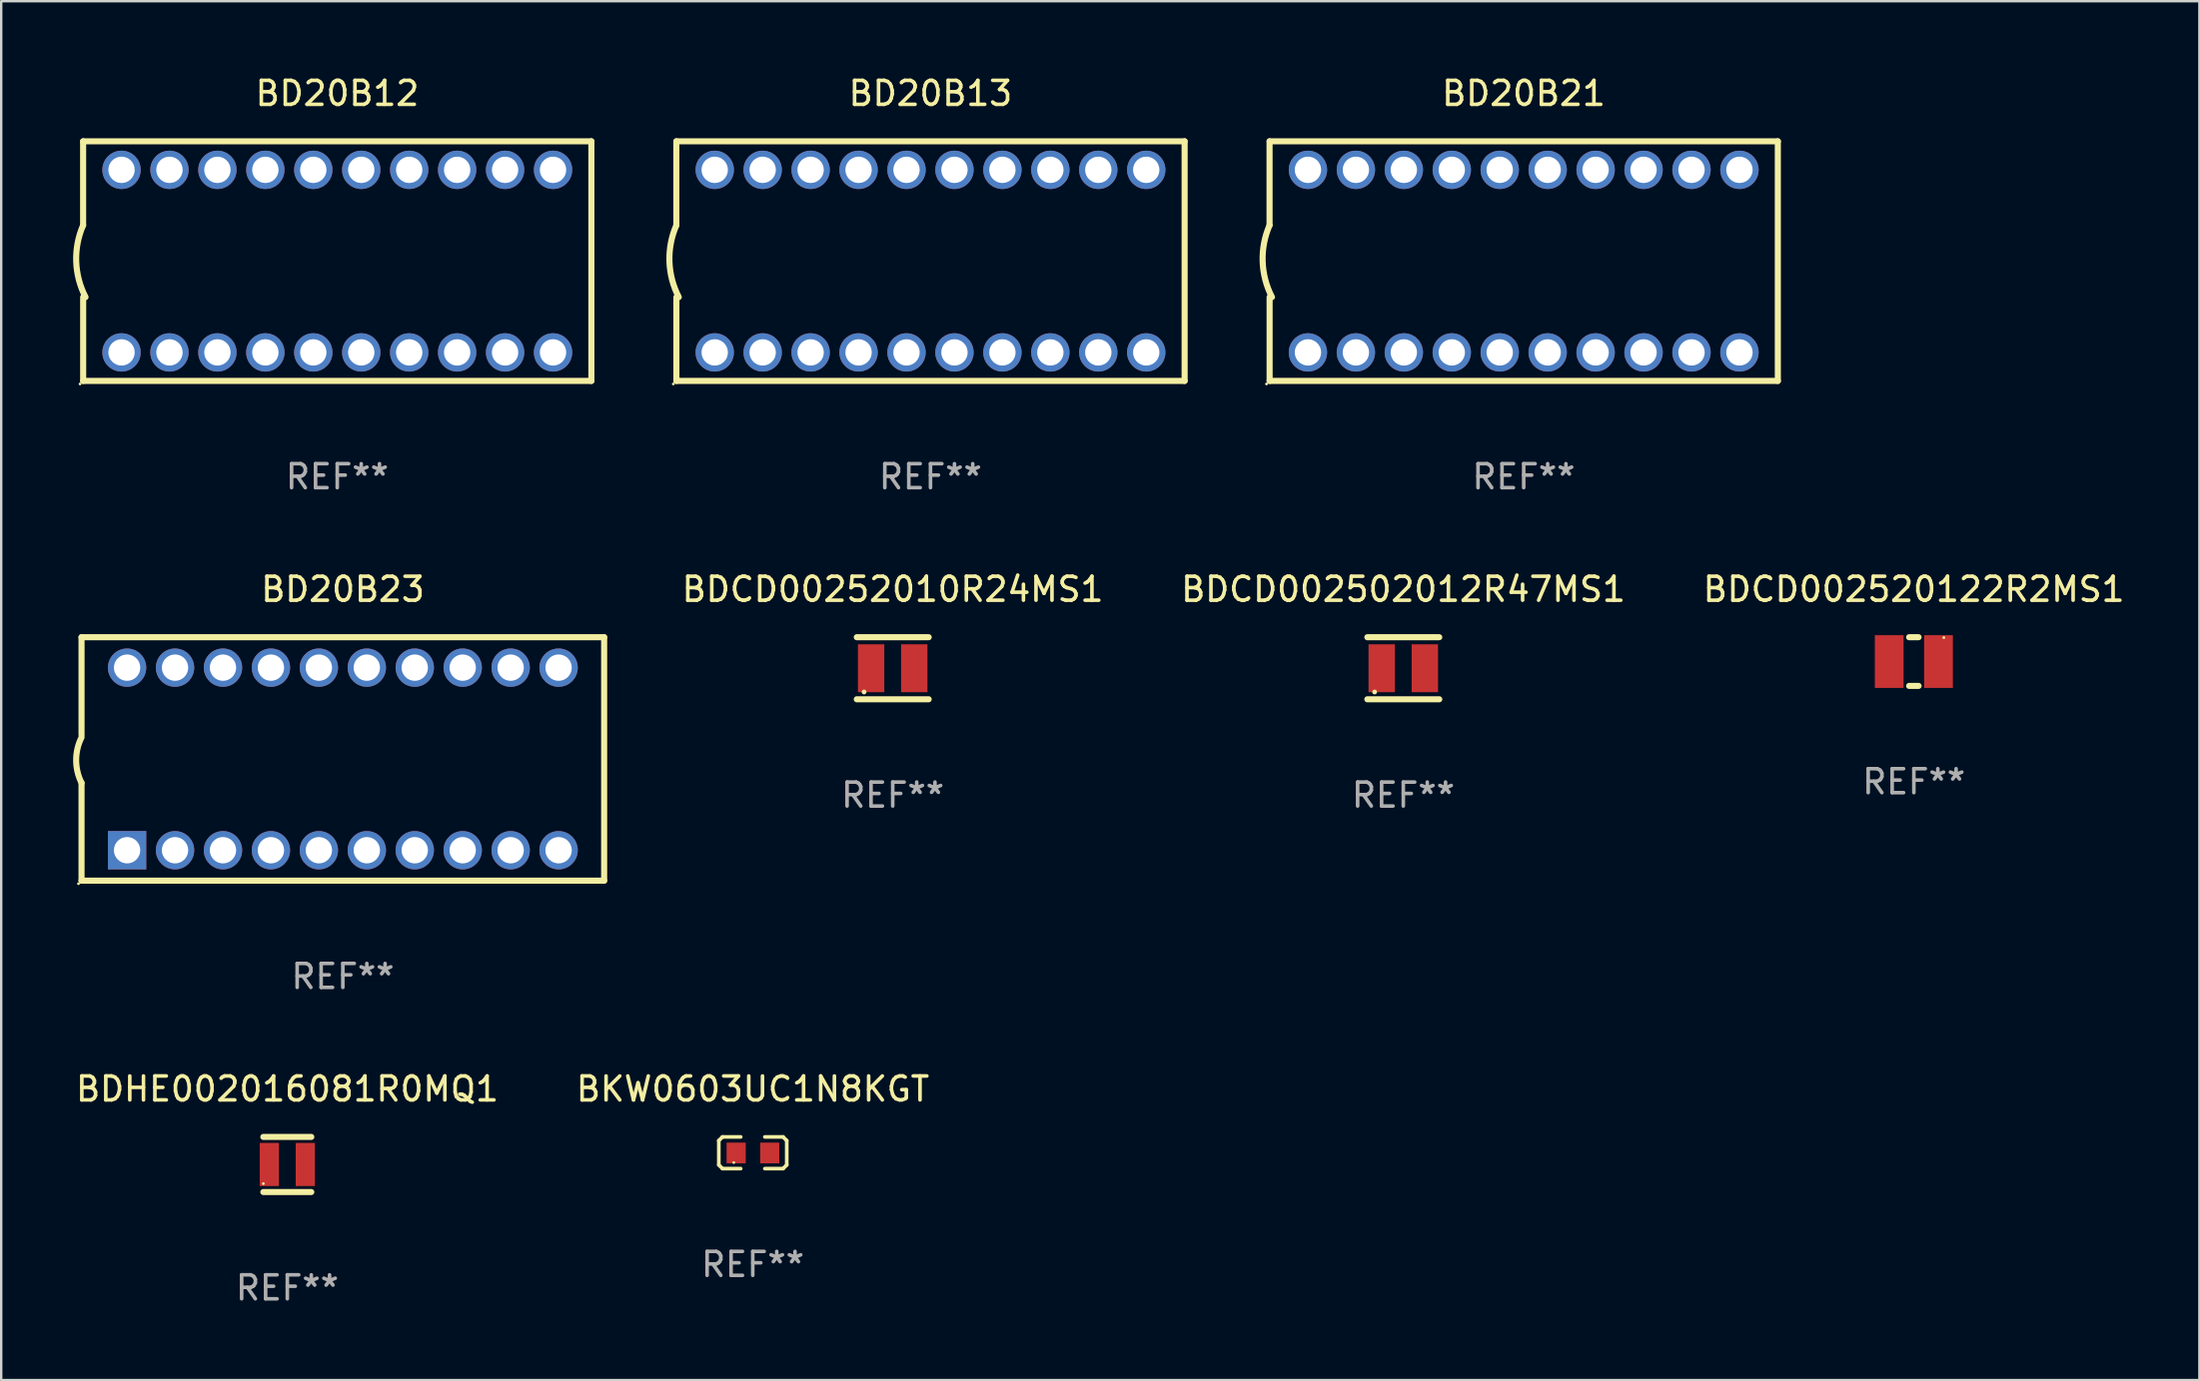
<source format=kicad_pcb>
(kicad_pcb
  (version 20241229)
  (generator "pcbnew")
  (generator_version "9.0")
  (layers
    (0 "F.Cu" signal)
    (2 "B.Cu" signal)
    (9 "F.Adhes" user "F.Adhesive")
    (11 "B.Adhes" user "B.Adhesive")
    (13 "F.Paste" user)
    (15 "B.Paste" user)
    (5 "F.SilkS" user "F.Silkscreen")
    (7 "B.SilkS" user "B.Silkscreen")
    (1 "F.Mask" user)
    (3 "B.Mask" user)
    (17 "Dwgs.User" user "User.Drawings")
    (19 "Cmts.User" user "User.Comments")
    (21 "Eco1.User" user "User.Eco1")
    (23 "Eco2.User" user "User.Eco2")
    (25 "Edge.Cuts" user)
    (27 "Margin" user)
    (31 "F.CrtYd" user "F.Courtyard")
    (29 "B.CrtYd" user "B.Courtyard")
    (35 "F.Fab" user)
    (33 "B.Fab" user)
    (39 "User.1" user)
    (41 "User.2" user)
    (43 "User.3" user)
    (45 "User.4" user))
  (footprint "BD20B21"
    (layer "F.Cu")
    (at 60.509 7.848)
    (property "Reference" "BD20B21" (at 0 -7 0) (layer "F.SilkS") (effects (font (size 1 1) (thickness 0.15))))
    (attr through_hole)
    (fp_line (start -10.601 -1.499) (end -10.601 -5) (stroke (width 0.254) (type solid)) (layer "F.SilkS"))
    (fp_line (start -10.599 5) (end -10.599 1.503) (stroke (width 0.254) (type solid)) (layer "F.SilkS"))
    (fp_line (start -10.599 5) (end 10.601 5) (stroke (width 0.254) (type solid)) (layer "F.SilkS"))
    (fp_line (start 10.601 -5) (end -10.599 -5) (stroke (width 0.254) (type solid)) (layer "F.SilkS"))
    (fp_line (start 10.601 5) (end 10.601 -5) (stroke (width 0.254) (type solid)) (layer "F.SilkS"))
    (fp_arc (start -10.500673 1.502044) (mid -10.888998 0.013322) (end -10.600673 -1.497955) (stroke (width 0.254001) (type solid)) (layer "F.SilkS"))
    (fp_circle (center -10.728 5.127) (end -10.698 5.127) (stroke (width 0.06) (type solid)) (fill no) (layer "F.SilkS"))
    (fp_text user "REF**" (at 0 9 0) (layer "F.Fab") (effects (font (size 1 1) (thickness 0.15))))
    (pad "1" thru_hole circle (at -9 3.81) (size 1.6 1.6) (drill 1.1) (layers "*.Cu" "*.Mask"))
    (pad "2" thru_hole circle (at -7 3.81) (size 1.6 1.6) (drill 1.1) (layers "*.Cu" "*.Mask"))
    (pad "3" thru_hole circle (at -5 3.81) (size 1.6 1.6) (drill 1.1) (layers "*.Cu" "*.Mask"))
    (pad "4" thru_hole circle (at -3 3.81) (size 1.6 1.6) (drill 1.1) (layers "*.Cu" "*.Mask"))
    (pad "5" thru_hole circle (at -1 3.81) (size 1.6 1.6) (drill 1.1) (layers "*.Cu" "*.Mask"))
    (pad "6" thru_hole circle (at 1 3.81) (size 1.6 1.6) (drill 1.1) (layers "*.Cu" "*.Mask"))
    (pad "7" thru_hole circle (at 3 3.81) (size 1.6 1.6) (drill 1.1) (layers "*.Cu" "*.Mask"))
    (pad "8" thru_hole circle (at 5 3.81) (size 1.6 1.6) (drill 1.1) (layers "*.Cu" "*.Mask"))
    (pad "9" thru_hole circle (at 7 3.81) (size 1.6 1.6) (drill 1.1) (layers "*.Cu" "*.Mask"))
    (pad "10" thru_hole circle (at 9 3.81) (size 1.6 1.6) (drill 1.1) (layers "*.Cu" "*.Mask"))
    (pad "11" thru_hole circle (at 9 -3.81) (size 1.6 1.6) (drill 1.1) (layers "*.Cu" "*.Mask"))
    (pad "12" thru_hole circle (at 7 -3.81) (size 1.6 1.6) (drill 1.1) (layers "*.Cu" "*.Mask"))
    (pad "13" thru_hole circle (at 5 -3.81) (size 1.6 1.6) (drill 1.1) (layers "*.Cu" "*.Mask"))
    (pad "14" thru_hole circle (at 3 -3.81) (size 1.6 1.6) (drill 1.1) (layers "*.Cu" "*.Mask"))
    (pad "15" thru_hole circle (at 1 -3.81) (size 1.6 1.6) (drill 1.1) (layers "*.Cu" "*.Mask"))
    (pad "16" thru_hole circle (at -1 -3.81) (size 1.6 1.6) (drill 1.1) (layers "*.Cu" "*.Mask"))
    (pad "17" thru_hole circle (at -3 -3.81) (size 1.6 1.6) (drill 1.1) (layers "*.Cu" "*.Mask"))
    (pad "18" thru_hole circle (at -5 -3.81) (size 1.6 1.6) (drill 1.1) (layers "*.Cu" "*.Mask"))
    (pad "19" thru_hole circle (at -7 -3.81) (size 1.6 1.6) (drill 1.1) (layers "*.Cu" "*.Mask"))
    (pad "20" thru_hole circle (at -9 -3.81) (size 1.6 1.6) (drill 1.1) (layers "*.Cu" "*.Mask")))
  (footprint "BDCD00252010R24MS1"
    (layer "F.Cu")
    (at 34.189 24.84)
    (property "Reference" "BDCD00252010R24MS1" (at 0 -3.295 0) (layer "F.SilkS") (effects (font (size 1 1) (thickness 0.15))))
    (attr through_hole)
    (fp_line (start -1.5 -1.295) (end 1.5 -1.295) (stroke (width 0.254) (type solid)) (layer "F.SilkS"))
    (fp_line (start -1.5 1.295) (end 1.5 1.295) (stroke (width 0.254) (type solid)) (layer "F.SilkS"))
    (fp_circle (center -1.196 0.991) (end -1.146 0.991) (stroke (width 0.1) (type solid)) (fill no) (layer "F.SilkS"))
    (fp_text user "REF**" (at 0 5.295 0) (layer "F.Fab") (effects (font (size 1 1) (thickness 0.15))))
    (pad "1" smd rect (at -0.901 0) (size 1.1 2) (layers "F.Cu" "F.Mask" "F.Paste"))
    (pad "2" smd rect (at 0.898 0) (size 1.1 2) (layers "F.Cu" "F.Mask" "F.Paste")))
  (footprint "BD20B23"
    (layer "F.Cu")
    (at 11.251 28.625)
    (property "Reference" "BD20B23" (at 0 -7.08 0) (layer "F.SilkS") (effects (font (size 1 1) (thickness 0.15))))
    (attr through_hole)
    (fp_line (start -10.9 -1) (end -10.9 -5.08) (stroke (width 0.254) (type solid)) (layer "F.SilkS"))
    (fp_line (start -10.9 5.08) (end 10.9 5.08) (stroke (width 0.254) (type solid)) (layer "F.SilkS"))
    (fp_line (start -10.9 5.08) (end -10.9 1) (stroke (width 0.254) (type solid)) (layer "F.SilkS"))
    (fp_line (start 10.9 -5.08) (end -10.9 -5.08) (stroke (width 0.254) (type solid)) (layer "F.SilkS"))
    (fp_line (start 10.9 5.08) (end 10.9 -5.08) (stroke (width 0.254) (type solid)) (layer "F.SilkS"))
    (fp_arc (start -10.899937 1.000279) (mid -11.124256 0.050161) (end -10.900013 -0.899975) (stroke (width 0.254001) (type solid)) (layer "F.SilkS"))
    (fp_circle (center -11.027 5.207) (end -10.997 5.207) (stroke (width 0.06) (type solid)) (fill no) (layer "F.SilkS"))
    (fp_text user "REF**" (at 0 9.08 0) (layer "F.Fab") (effects (font (size 1 1) (thickness 0.15))))
    (pad "1" thru_hole rect (at -9 3.81 90) (size 1.6 1.6) (drill 1.1) (layers "*.Cu" "*.Mask"))
    (pad "2" thru_hole circle (at -7 3.81) (size 1.6 1.6) (drill 1.1) (layers "*.Cu" "*.Mask"))
    (pad "3" thru_hole circle (at -5 3.81) (size 1.6 1.6) (drill 1.1) (layers "*.Cu" "*.Mask"))
    (pad "4" thru_hole circle (at -3 3.81) (size 1.6 1.6) (drill 1.1) (layers "*.Cu" "*.Mask"))
    (pad "5" thru_hole circle (at -1 3.81) (size 1.6 1.6) (drill 1.1) (layers "*.Cu" "*.Mask"))
    (pad "6" thru_hole circle (at 1 3.81) (size 1.6 1.6) (drill 1.1) (layers "*.Cu" "*.Mask"))
    (pad "7" thru_hole circle (at 3 3.81) (size 1.6 1.6) (drill 1.1) (layers "*.Cu" "*.Mask"))
    (pad "8" thru_hole circle (at 5 3.81) (size 1.6 1.6) (drill 1.1) (layers "*.Cu" "*.Mask"))
    (pad "9" thru_hole circle (at 7 3.81) (size 1.6 1.6) (drill 1.1) (layers "*.Cu" "*.Mask"))
    (pad "10" thru_hole circle (at 9 3.81) (size 1.6 1.6) (drill 1.1) (layers "*.Cu" "*.Mask"))
    (pad "11" thru_hole circle (at 9 -3.81) (size 1.6 1.6) (drill 1.1) (layers "*.Cu" "*.Mask"))
    (pad "12" thru_hole circle (at 7 -3.81) (size 1.6 1.6) (drill 1.1) (layers "*.Cu" "*.Mask"))
    (pad "13" thru_hole circle (at 5 -3.81) (size 1.6 1.6) (drill 1.1) (layers "*.Cu" "*.Mask"))
    (pad "14" thru_hole circle (at 3 -3.81) (size 1.6 1.6) (drill 1.1) (layers "*.Cu" "*.Mask"))
    (pad "15" thru_hole circle (at 1 -3.81) (size 1.6 1.6) (drill 1.1) (layers "*.Cu" "*.Mask"))
    (pad "16" thru_hole circle (at -1 -3.81) (size 1.6 1.6) (drill 1.1) (layers "*.Cu" "*.Mask"))
    (pad "17" thru_hole circle (at -3 -3.81) (size 1.6 1.6) (drill 1.1) (layers "*.Cu" "*.Mask"))
    (pad "18" thru_hole circle (at -5 -3.81) (size 1.6 1.6) (drill 1.1) (layers "*.Cu" "*.Mask"))
    (pad "19" thru_hole circle (at -7 -3.81) (size 1.6 1.6) (drill 1.1) (layers "*.Cu" "*.Mask"))
    (pad "20" thru_hole circle (at -9 -3.81) (size 1.6 1.6) (drill 1.1) (layers "*.Cu" "*.Mask")))
  (footprint "BDHE002016081R0MQ1"
    (layer "F.Cu")
    (at 8.935 45.551)
    (property "Reference" "BDHE002016081R0MQ1" (at 0 -3.15 0) (layer "F.SilkS") (effects (font (size 1 1) (thickness 0.15))))
    (attr through_hole)
    (fp_line (start -1 -1.15) (end 1 -1.15) (stroke (width 0.254) (type solid)) (layer "F.SilkS"))
    (fp_line (start 1 1.15) (end -1 1.15) (stroke (width 0.254) (type solid)) (layer "F.SilkS"))
    (fp_circle (center -1 0.8) (end -0.97 0.8) (stroke (width 0.06) (type solid)) (fill no) (layer "F.SilkS"))
    (fp_text user "REF**" (at 0 5.15 0) (layer "F.Fab") (effects (font (size 1 1) (thickness 0.15))))
    (pad "1" smd rect (at -0.75 0 90) (size 1.8 0.8) (layers "F.Cu" "F.Mask" "F.Paste"))
    (pad "2" smd rect (at 0.75 0 90) (size 1.8 0.8) (layers "F.Cu" "F.Mask" "F.Paste")))
  (footprint "BDCD002502012R47MS1"
    (layer "F.Cu")
    (at 55.487 24.84)
    (property "Reference" "BDCD002502012R47MS1" (at 0 -3.295 0) (layer "F.SilkS") (effects (font (size 1 1) (thickness 0.15))))
    (attr through_hole)
    (fp_line (start -1.5 -1.295) (end 1.5 -1.295) (stroke (width 0.254) (type solid)) (layer "F.SilkS"))
    (fp_line (start -1.5 1.295) (end 1.5 1.295) (stroke (width 0.254) (type solid)) (layer "F.SilkS"))
    (fp_circle (center -1.196 0.991) (end -1.146 0.991) (stroke (width 0.1) (type solid)) (fill no) (layer "F.SilkS"))
    (fp_text user "REF**" (at 0 5.295 0) (layer "F.Fab") (effects (font (size 1 1) (thickness 0.15))))
    (pad "1" smd rect (at -0.901 0) (size 1.1 2) (layers "F.Cu" "F.Mask" "F.Paste"))
    (pad "2" smd rect (at 0.898 0) (size 1.1 2) (layers "F.Cu" "F.Mask" "F.Paste")))
  (footprint "BD20B13"
    (layer "F.Cu")
    (at 35.764 7.848)
    (property "Reference" "BD20B13" (at 0 -7 0) (layer "F.SilkS") (effects (font (size 1 1) (thickness 0.15))))
    (attr through_hole)
    (fp_line (start -10.601 -1.499) (end -10.601 -5) (stroke (width 0.254) (type solid)) (layer "F.SilkS"))
    (fp_line (start -10.599 5) (end -10.599 1.503) (stroke (width 0.254) (type solid)) (layer "F.SilkS"))
    (fp_line (start -10.599 5) (end 10.601 5) (stroke (width 0.254) (type solid)) (layer "F.SilkS"))
    (fp_line (start 10.601 -5) (end -10.599 -5) (stroke (width 0.254) (type solid)) (layer "F.SilkS"))
    (fp_line (start 10.601 5) (end 10.601 -5) (stroke (width 0.254) (type solid)) (layer "F.SilkS"))
    (fp_arc (start -10.500673 1.502044) (mid -10.888998 0.013322) (end -10.600673 -1.497955) (stroke (width 0.254001) (type solid)) (layer "F.SilkS"))
    (fp_circle (center -10.728 5.127) (end -10.698 5.127) (stroke (width 0.06) (type solid)) (fill no) (layer "F.SilkS"))
    (fp_text user "REF**" (at 0 9 0) (layer "F.Fab") (effects (font (size 1 1) (thickness 0.15))))
    (pad "1" thru_hole circle (at -9 3.81) (size 1.6 1.6) (drill 1.1) (layers "*.Cu" "*.Mask"))
    (pad "2" thru_hole circle (at -7 3.81) (size 1.6 1.6) (drill 1.1) (layers "*.Cu" "*.Mask"))
    (pad "3" thru_hole circle (at -5 3.81) (size 1.6 1.6) (drill 1.1) (layers "*.Cu" "*.Mask"))
    (pad "4" thru_hole circle (at -3 3.81) (size 1.6 1.6) (drill 1.1) (layers "*.Cu" "*.Mask"))
    (pad "5" thru_hole circle (at -1 3.81) (size 1.6 1.6) (drill 1.1) (layers "*.Cu" "*.Mask"))
    (pad "6" thru_hole circle (at 1 3.81) (size 1.6 1.6) (drill 1.1) (layers "*.Cu" "*.Mask"))
    (pad "7" thru_hole circle (at 3 3.81) (size 1.6 1.6) (drill 1.1) (layers "*.Cu" "*.Mask"))
    (pad "8" thru_hole circle (at 5 3.81) (size 1.6 1.6) (drill 1.1) (layers "*.Cu" "*.Mask"))
    (pad "9" thru_hole circle (at 7 3.81) (size 1.6 1.6) (drill 1.1) (layers "*.Cu" "*.Mask"))
    (pad "10" thru_hole circle (at 9 3.81) (size 1.6 1.6) (drill 1.1) (layers "*.Cu" "*.Mask"))
    (pad "11" thru_hole circle (at 9 -3.81) (size 1.6 1.6) (drill 1.1) (layers "*.Cu" "*.Mask"))
    (pad "12" thru_hole circle (at 7 -3.81) (size 1.6 1.6) (drill 1.1) (layers "*.Cu" "*.Mask"))
    (pad "13" thru_hole circle (at 5 -3.81) (size 1.6 1.6) (drill 1.1) (layers "*.Cu" "*.Mask"))
    (pad "14" thru_hole circle (at 3 -3.81) (size 1.6 1.6) (drill 1.1) (layers "*.Cu" "*.Mask"))
    (pad "15" thru_hole circle (at 1 -3.81) (size 1.6 1.6) (drill 1.1) (layers "*.Cu" "*.Mask"))
    (pad "16" thru_hole circle (at -1 -3.81) (size 1.6 1.6) (drill 1.1) (layers "*.Cu" "*.Mask"))
    (pad "17" thru_hole circle (at -3 -3.81) (size 1.6 1.6) (drill 1.1) (layers "*.Cu" "*.Mask"))
    (pad "18" thru_hole circle (at -5 -3.81) (size 1.6 1.6) (drill 1.1) (layers "*.Cu" "*.Mask"))
    (pad "19" thru_hole circle (at -7 -3.81) (size 1.6 1.6) (drill 1.1) (layers "*.Cu" "*.Mask"))
    (pad "20" thru_hole circle (at -9 -3.81) (size 1.6 1.6) (drill 1.1) (layers "*.Cu" "*.Mask")))
  (footprint "BDCD002520122R2MS1"
    (layer "F.Cu")
    (at 76.784 24.561)
    (property "Reference" "BDCD002520122R2MS1" (at 0 -3.016 0) (layer "F.SilkS") (effects (font (size 1 1) (thickness 0.15))))
    (attr through_hole)
    (fp_line (start -0.197 1.016) (end 0.197 1.016) (stroke (width 0.254) (type solid)) (layer "F.SilkS"))
    (fp_line (start 0.197 -1.016) (end -0.197 -1.016) (stroke (width 0.254) (type solid)) (layer "F.SilkS"))
    (fp_circle (center 1.25 -1) (end 1.28 -1) (stroke (width 0.06) (type solid)) (fill no) (layer "F.SilkS"))
    (fp_text user "REF**" (at 0 5.016 0) (layer "F.Fab") (effects (font (size 1 1) (thickness 0.15))))
    (pad "1" smd rect (at 1.028 0) (size 1.2 2.2) (layers "F.Cu" "F.Mask" "F.Paste"))
    (pad "2" smd rect (at -1.028 0) (size 1.2 2.2) (layers "F.Cu" "F.Mask" "F.Paste")))
  (footprint "BKW0603UC1N8KGT"
    (layer "F.Cu")
    (at 28.351 45.062)
    (property "Reference" "BKW0603UC1N8KGT" (at 0 -2.661 0) (layer "F.SilkS") (effects (font (size 1 1) (thickness 0.15))))
    (attr through_hole)
    (fp_line (start -1.417 -0.508) (end -1.265 -0.661) (stroke (width 0.152) (type solid)) (layer "F.SilkS"))
    (fp_line (start -1.417 0.508) (end -1.417 -0.508) (stroke (width 0.152) (type solid)) (layer "F.SilkS"))
    (fp_line (start -1.265 -0.661) (end -0.503 -0.661) (stroke (width 0.152) (type solid)) (layer "F.SilkS"))
    (fp_line (start -1.265 0.661) (end -1.417 0.508) (stroke (width 0.152) (type solid)) (layer "F.SilkS"))
    (fp_line (start -1.265 0.661) (end -0.503 0.661) (stroke (width 0.152) (type solid)) (layer "F.SilkS"))
    (fp_line (start 1.265 -0.661) (end 0.503 -0.661) (stroke (width 0.152) (type solid)) (layer "F.SilkS"))
    (fp_line (start 1.265 -0.661) (end 1.417 -0.508) (stroke (width 0.152) (type solid)) (layer "F.SilkS"))
    (fp_line (start 1.265 0.661) (end 0.503 0.661) (stroke (width 0.152) (type solid)) (layer "F.SilkS"))
    (fp_line (start 1.417 -0.508) (end 1.417 0.508) (stroke (width 0.152) (type solid)) (layer "F.SilkS"))
    (fp_line (start 1.417 0.508) (end 1.265 0.661) (stroke (width 0.152) (type solid)) (layer "F.SilkS"))
    (fp_circle (center -0.793 0.409) (end -0.763 0.409) (stroke (width 0.06) (type solid)) (fill no) (layer "F.SilkS"))
    (fp_text user "REF**" (at 0 4.661 0) (layer "F.Fab") (effects (font (size 1 1) (thickness 0.15))))
    (pad "1" smd rect (at -0.693 0.009 180) (size 0.8 0.864) (layers "F.Cu" "F.Mask" "F.Paste"))
    (pad "2" smd rect (at 0.707 0.009 180) (size 0.8 0.864) (layers "F.Cu" "F.Mask" "F.Paste")))
  (footprint "BD20B12"
    (layer "F.Cu")
    (at 11.018 7.848)
    (property "Reference" "BD20B12" (at 0 -7 0) (layer "F.SilkS") (effects (font (size 1 1) (thickness 0.15))))
    (attr through_hole)
    (fp_line (start -10.601 -1.499) (end -10.601 -5) (stroke (width 0.254) (type solid)) (layer "F.SilkS"))
    (fp_line (start -10.599 5) (end -10.599 1.503) (stroke (width 0.254) (type solid)) (layer "F.SilkS"))
    (fp_line (start -10.599 5) (end 10.601 5) (stroke (width 0.254) (type solid)) (layer "F.SilkS"))
    (fp_line (start 10.601 -5) (end -10.599 -5) (stroke (width 0.254) (type solid)) (layer "F.SilkS"))
    (fp_line (start 10.601 5) (end 10.601 -5) (stroke (width 0.254) (type solid)) (layer "F.SilkS"))
    (fp_arc (start -10.500673 1.502044) (mid -10.888998 0.013322) (end -10.600673 -1.497955) (stroke (width 0.254001) (type solid)) (layer "F.SilkS"))
    (fp_circle (center -10.728 5.127) (end -10.698 5.127) (stroke (width 0.06) (type solid)) (fill no) (layer "F.SilkS"))
    (fp_text user "REF**" (at 0 9 0) (layer "F.Fab") (effects (font (size 1 1) (thickness 0.15))))
    (pad "1" thru_hole circle (at -8.999 3.81) (size 1.6 1.6) (drill 1.1) (layers "*.Cu" "*.Mask"))
    (pad "2" thru_hole circle (at -6.999 3.81) (size 1.6 1.6) (drill 1.1) (layers "*.Cu" "*.Mask"))
    (pad "3" thru_hole circle (at -4.999 3.81) (size 1.6 1.6) (drill 1.1) (layers "*.Cu" "*.Mask"))
    (pad "4" thru_hole circle (at -2.999 3.81) (size 1.6 1.6) (drill 1.1) (layers "*.Cu" "*.Mask"))
    (pad "5" thru_hole circle (at -0.999 3.81) (size 1.6 1.6) (drill 1.1) (layers "*.Cu" "*.Mask"))
    (pad "6" thru_hole circle (at 1.001 3.81) (size 1.6 1.6) (drill 1.1) (layers "*.Cu" "*.Mask"))
    (pad "7" thru_hole circle (at 3.001 3.81) (size 1.6 1.6) (drill 1.1) (layers "*.Cu" "*.Mask"))
    (pad "8" thru_hole circle (at 5.001 3.81) (size 1.6 1.6) (drill 1.1) (layers "*.Cu" "*.Mask"))
    (pad "9" thru_hole circle (at 7.001 3.81) (size 1.6 1.6) (drill 1.1) (layers "*.Cu" "*.Mask"))
    (pad "10" thru_hole circle (at 9.001 3.81) (size 1.6 1.6) (drill 1.1) (layers "*.Cu" "*.Mask"))
    (pad "11" thru_hole circle (at 9.001 -3.81) (size 1.6 1.6) (drill 1.1) (layers "*.Cu" "*.Mask"))
    (pad "12" thru_hole circle (at 7.001 -3.81) (size 1.6 1.6) (drill 1.1) (layers "*.Cu" "*.Mask"))
    (pad "13" thru_hole circle (at 5.001 -3.81) (size 1.6 1.6) (drill 1.1) (layers "*.Cu" "*.Mask"))
    (pad "14" thru_hole circle (at 3.001 -3.81) (size 1.6 1.6) (drill 1.1) (layers "*.Cu" "*.Mask"))
    (pad "15" thru_hole circle (at 1.001 -3.81) (size 1.6 1.6) (drill 1.1) (layers "*.Cu" "*.Mask"))
    (pad "16" thru_hole circle (at -0.999 -3.81) (size 1.6 1.6) (drill 1.1) (layers "*.Cu" "*.Mask"))
    (pad "17" thru_hole circle (at -2.999 -3.81) (size 1.6 1.6) (drill 1.1) (layers "*.Cu" "*.Mask"))
    (pad "18" thru_hole circle (at -4.999 -3.81) (size 1.6 1.6) (drill 1.1) (layers "*.Cu" "*.Mask"))
    (pad "19" thru_hole circle (at -6.999 -3.81) (size 1.6 1.6) (drill 1.1) (layers "*.Cu" "*.Mask"))
    (pad "20" thru_hole circle (at -8.999 -3.81) (size 1.6 1.6) (drill 1.1) (layers "*.Cu" "*.Mask")))
  (gr_rect
    (start -3 -3)
    (end 88.695 54.55)
    (stroke (width 0.1) (type default))
    (fill no)
    (layer "Edge.Cuts")))
</source>
